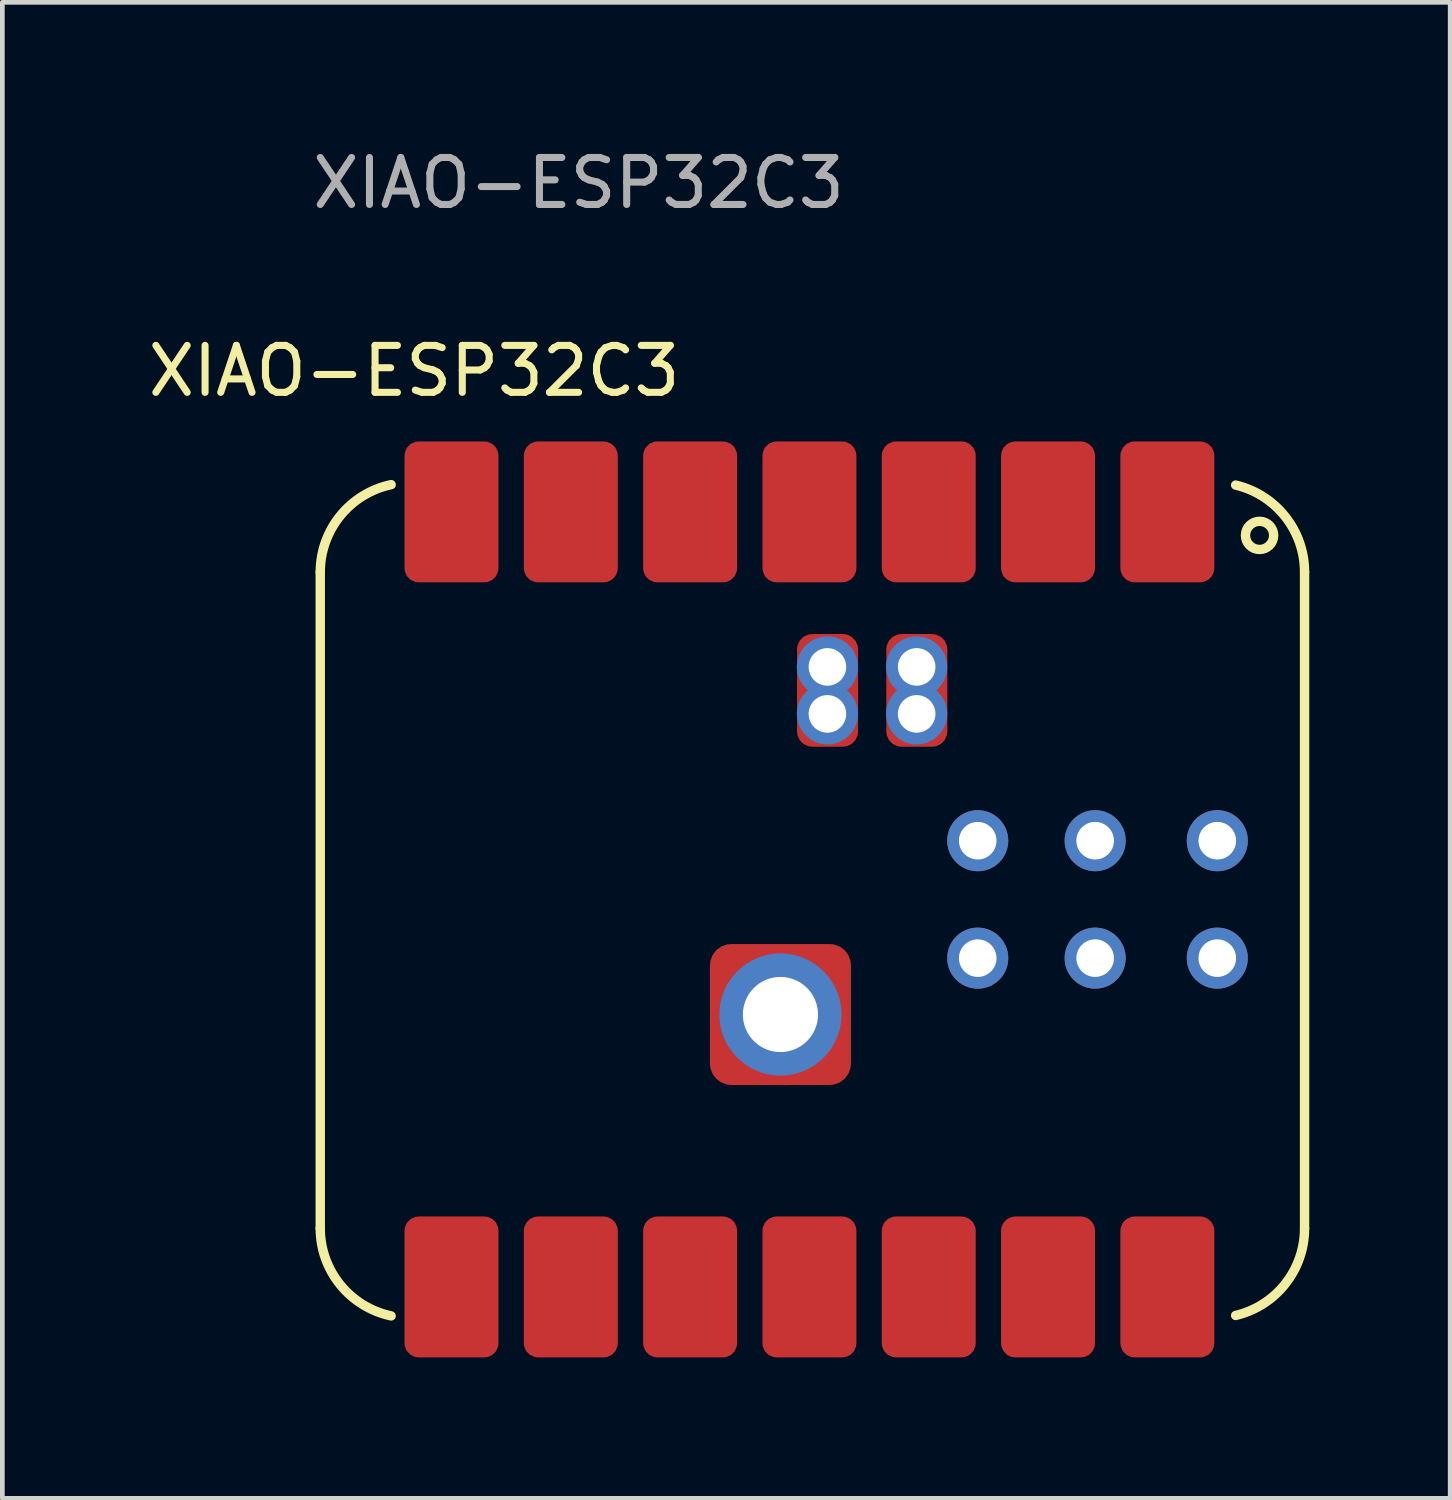
<source format=kicad_pcb>
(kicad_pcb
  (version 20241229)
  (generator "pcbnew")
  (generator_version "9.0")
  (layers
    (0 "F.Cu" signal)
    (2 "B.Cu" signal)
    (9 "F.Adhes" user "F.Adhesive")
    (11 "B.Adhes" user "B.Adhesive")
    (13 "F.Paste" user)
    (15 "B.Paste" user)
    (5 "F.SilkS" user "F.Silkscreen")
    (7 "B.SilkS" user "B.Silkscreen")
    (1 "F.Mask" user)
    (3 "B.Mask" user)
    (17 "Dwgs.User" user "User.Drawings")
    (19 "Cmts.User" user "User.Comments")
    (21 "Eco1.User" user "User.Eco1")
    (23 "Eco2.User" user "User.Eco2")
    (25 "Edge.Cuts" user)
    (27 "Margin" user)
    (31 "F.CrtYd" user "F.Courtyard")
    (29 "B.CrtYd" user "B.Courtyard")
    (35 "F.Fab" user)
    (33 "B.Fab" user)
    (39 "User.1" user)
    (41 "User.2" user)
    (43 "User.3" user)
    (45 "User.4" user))
  (footprint "XIAO-ESP32C3"
    (layer "F.Cu")
    (at 14.268 15.848)
    (property "Reference" "XIAO-ESP32C3" (at -8.5 -11 0) (unlocked yes) (layer "F.SilkS") (effects (font (size 1 1) (thickness 0.15))))
    (attr smd)
    (fp_line (start -10.5 -6.717) (end -10.5 7.253) (stroke (width 0.2) (type solid)) (layer "F.SilkS"))
    (fp_line (start 10.455 7.253) (end 10.455 -6.717) (stroke (width 0.2) (type solid)) (layer "F.SilkS"))
    (fp_arc (start -10.5 -6.717038) (mid -10.075487 -7.915864) (end -8.991146 -8.580393) (stroke (width 0.2) (type solid)) (layer "F.SilkS"))
    (fp_arc (start -8.991146 9.116317) (mid -10.075487 8.451787) (end -10.5 7.252962) (stroke (width 0.2) (type solid)) (layer "F.SilkS"))
    (fp_arc (start 8.987948 -8.571016) (mid 10.043874 -7.899142) (end 10.455 -6.717038) (stroke (width 0.2) (type solid)) (layer "F.SilkS"))
    (fp_arc (start 10.455 7.252962) (mid 10.043873 8.435064) (end 8.987947 9.106936) (stroke (width 0.2) (type solid)) (layer "F.SilkS"))
    (fp_circle (center 9.497 -7.5) (end 9.797 -7.5) (stroke (width 0.2) (type solid)) (fill no) (layer "F.SilkS"))
    (fp_text user "${REFERENCE}" (at -5 -15 0) (unlocked yes) (layer "F.Fab") (effects (font (size 1 1) (thickness 0.15))))
    (pad "1" smd roundrect (at 7.534 -8) (size 2 3) (layers "F.Cu" "F.Mask" "F.Paste") (roundrect_rratio 0.15))
    (pad "2" smd roundrect (at 4.994 -8) (size 2 3) (layers "F.Cu" "F.Mask" "F.Paste") (roundrect_rratio 0.15))
    (pad "3" smd roundrect (at 2.454 -8) (size 2 3) (layers "F.Cu" "F.Mask" "F.Paste") (roundrect_rratio 0.15))
    (pad "4" smd roundrect (at -0.086 -8) (size 2 3) (layers "F.Cu" "F.Mask" "F.Paste") (roundrect_rratio 0.15))
    (pad "5" smd roundrect (at -2.626 -8) (size 2 3) (layers "F.Cu" "F.Mask" "F.Paste") (roundrect_rratio 0.15))
    (pad "6" smd roundrect (at -5.166 -8) (size 2 3) (layers "F.Cu" "F.Mask" "F.Paste") (roundrect_rratio 0.15))
    (pad "7" smd roundrect (at -7.706 -8) (size 2 3) (layers "F.Cu" "F.Mask" "F.Paste") (roundrect_rratio 0.15))
    (pad "8" smd roundrect (at -7.706 8.5) (size 2 3) (layers "F.Cu" "F.Mask" "F.Paste") (roundrect_rratio 0.15))
    (pad "9" smd roundrect (at -5.166 8.5) (size 2 3) (layers "F.Cu" "F.Mask" "F.Paste") (roundrect_rratio 0.15))
    (pad "10" smd roundrect (at -2.626 8.5) (size 2 3) (layers "F.Cu" "F.Mask" "F.Paste") (roundrect_rratio 0.15))
    (pad "11" smd roundrect (at -0.086 8.5) (size 2 3) (layers "F.Cu" "F.Mask" "F.Paste") (roundrect_rratio 0.15))
    (pad "12" smd roundrect (at 2.454 8.5) (size 2 3) (layers "F.Cu" "F.Mask" "F.Paste") (roundrect_rratio 0.15))
    (pad "13" smd roundrect (at 4.994 8.5) (size 2 3) (layers "F.Cu" "F.Mask" "F.Paste") (roundrect_rratio 0.15))
    (pad "14" smd roundrect (at 7.534 8.5) (size 2 3) (layers "F.Cu" "F.Mask" "F.Paste") (roundrect_rratio 0.15))
    (pad "15" thru_hole circle (at 0.297 -4.7) (size 1.3 1.3) (drill 0.8) (layers "*.Cu" "*.Mask"))
    (pad "15" smd roundrect (at 0.3 -4.2) (size 1.3 2.4) (layers "F.Cu" "F.Mask" "F.Paste") (roundrect_rratio 0.25))
    (pad "16" thru_hole circle (at 0.297 -3.7) (size 1.3 1.3) (drill 0.8) (layers "*.Cu" "*.Mask"))
    (pad "17" thru_hole circle (at 2.197 -4.7) (size 1.3 1.3) (drill 0.8) (layers "*.Cu" "*.Mask"))
    (pad "17" smd roundrect (at 2.2 -4.2) (size 1.3 2.4) (layers "F.Cu" "F.Mask" "F.Paste") (roundrect_rratio 0.25))
    (pad "18" thru_hole circle (at 2.197 -3.7) (size 1.3 1.3) (drill 0.8) (layers "*.Cu" "*.Mask"))
    (pad "19" thru_hole circle (at 3.497 -1) (size 1.3 1.3) (drill 0.8) (layers "*.Cu" "*.Mask"))
    (pad "20" thru_hole circle (at 8.597 -1) (size 1.3 1.3) (drill 0.8) (layers "*.Cu" "*.Mask"))
    (pad "21" thru_hole circle (at 3.497 1.5) (size 1.3 1.3) (drill 0.8) (layers "*.Cu" "*.Mask"))
    (pad "22" thru_hole circle (at 8.597 1.5) (size 1.3 1.3) (drill 0.8) (layers "*.Cu" "*.Mask"))
    (pad "23" thru_hole circle (at 5.997 -1) (size 1.3 1.3) (drill 0.8) (layers "*.Cu" "*.Mask"))
    (pad "24" thru_hole circle (at 5.997 1.5) (size 1.3 1.3) (drill 0.8) (layers "*.Cu" "*.Mask"))
    (pad "25" thru_hole circle (at -0.703 2.7) (size 2.6 2.6) (drill 1.6) (layers "*.Cu" "*.Mask"))
    (pad "25" smd roundrect (at -0.703 2.7) (size 3 3) (layers "F.Cu" "F.Mask" "F.Paste") (roundrect_rratio 0.15)))
  (gr_rect
    (start -3 -3)
    (end 27.823 28.848)
    (stroke (width 0.1) (type default))
    (fill no)
    (layer "Edge.Cuts")))
</source>
